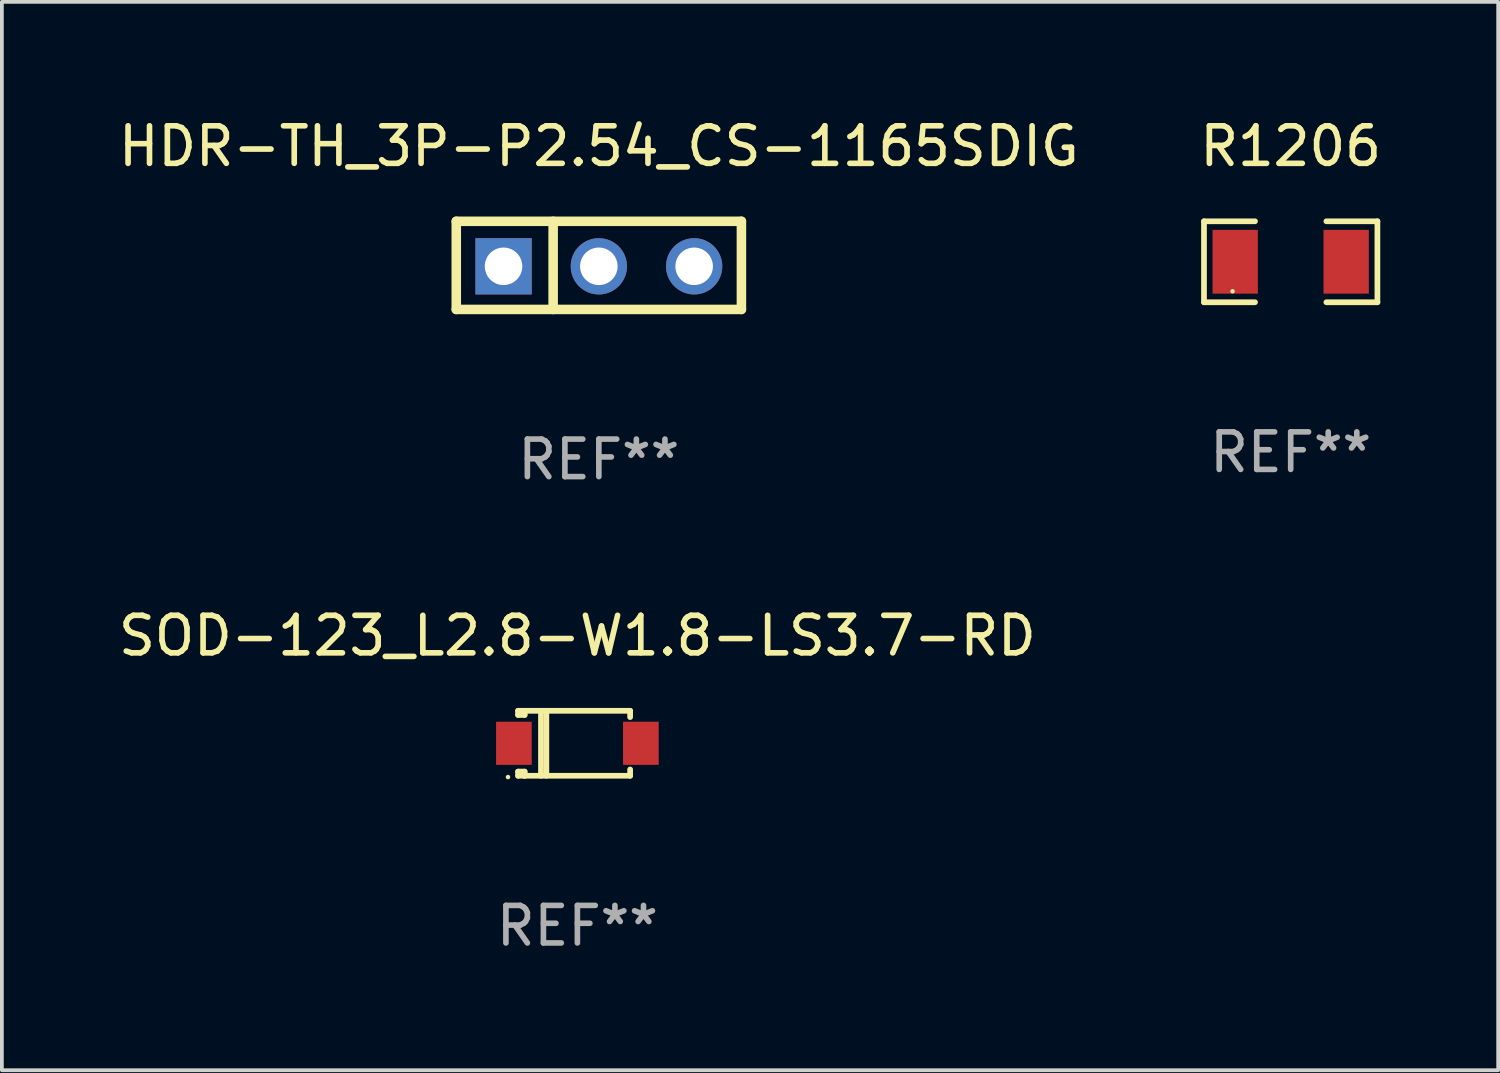
<source format=kicad_pcb>
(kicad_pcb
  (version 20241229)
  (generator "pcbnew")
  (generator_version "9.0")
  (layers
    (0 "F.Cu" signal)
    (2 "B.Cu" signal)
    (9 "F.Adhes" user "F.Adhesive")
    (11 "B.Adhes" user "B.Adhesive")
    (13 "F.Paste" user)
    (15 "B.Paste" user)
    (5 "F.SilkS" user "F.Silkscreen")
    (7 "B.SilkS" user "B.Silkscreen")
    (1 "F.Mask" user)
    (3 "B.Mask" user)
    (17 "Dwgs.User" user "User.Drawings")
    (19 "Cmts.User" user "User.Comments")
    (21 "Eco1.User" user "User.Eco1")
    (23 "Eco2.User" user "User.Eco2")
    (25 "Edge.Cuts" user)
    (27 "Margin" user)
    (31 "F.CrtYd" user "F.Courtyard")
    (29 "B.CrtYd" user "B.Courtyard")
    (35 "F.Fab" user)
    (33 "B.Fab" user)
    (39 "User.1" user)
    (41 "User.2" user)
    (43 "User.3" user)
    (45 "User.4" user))
  (footprint "SOD-123_L2.8-W1.8-LS3.7-RD"
    (layer "F.Cu")
    (at 12.339 16.761)
    (property "Reference" "SOD-123_L2.8-W1.8-LS3.7-RD" (at 0 -2.866 0) (layer "F.SilkS") (effects (font (size 1 1) (thickness 0.15))))
    (attr through_hole)
    (fp_line (start -1.58 -0.866) (end -1.406 -0.866) (stroke (width 0.152) (type solid)) (layer "F.SilkS"))
    (fp_line (start -1.58 -0.755) (end -1.58 -0.866) (stroke (width 0.152) (type solid)) (layer "F.SilkS"))
    (fp_line (start -1.58 -0.755) (end -1.406 -0.755) (stroke (width 0.152) (type solid)) (layer "F.SilkS"))
    (fp_line (start -1.58 0.755) (end -1.406 0.755) (stroke (width 0.152) (type solid)) (layer "F.SilkS"))
    (fp_line (start -1.58 0.866) (end -1.58 0.755) (stroke (width 0.152) (type solid)) (layer "F.SilkS"))
    (fp_line (start -1.406 -0.866) (end -1.406 -0.755) (stroke (width 0.152) (type solid)) (layer "F.SilkS"))
    (fp_line (start -1.406 -0.866) (end 1.406 -0.866) (stroke (width 0.152) (type solid)) (layer "F.SilkS"))
    (fp_line (start -1.406 0.755) (end -1.406 0.866) (stroke (width 0.152) (type solid)) (layer "F.SilkS"))
    (fp_line (start -1.406 0.866) (end -1.58 0.866) (stroke (width 0.152) (type solid)) (layer "F.SilkS"))
    (fp_line (start -1.406 0.866) (end 1.406 0.866) (stroke (width 0.152) (type solid)) (layer "F.SilkS"))
    (fp_line (start -0.97 -0.866) (end -0.97 0.866) (stroke (width 0.152) (type solid)) (layer "F.SilkS"))
    (fp_line (start -0.827 -0.866) (end -0.827 0.866) (stroke (width 0.152) (type solid)) (layer "F.SilkS"))
    (fp_line (start 1.406 -0.866) (end 1.406 -0.698) (stroke (width 0.152) (type solid)) (layer "F.SilkS"))
    (fp_line (start 1.406 0.866) (end 1.406 0.698) (stroke (width 0.152) (type solid)) (layer "F.SilkS"))
    (fp_circle (center -1.85 0.9) (end -1.82 0.9) (stroke (width 0.06) (type solid)) (fill no) (layer "F.SilkS"))
    (fp_text user "REF**" (at 0 4.866 0) (layer "F.Fab") (effects (font (size 1 1) (thickness 0.15))))
    (pad "1" smd rect (at -1.692 0) (size 0.95 1.15) (layers "F.Cu" "F.Mask" "F.Paste"))
    (pad "2" smd rect (at 1.692 0) (size 0.95 1.15) (layers "F.Cu" "F.Mask" "F.Paste")))
  (footprint "HDR-TH_3P-P2.54_CS-1165SDIG"
    (layer "F.Cu")
    (at 12.911 4.048)
    (property "Reference" "HDR-TH_3P-P2.54_CS-1165SDIG" (at 0 -3.2 0) (layer "F.SilkS") (effects (font (size 1 1) (thickness 0.15))))
    (attr through_hole)
    (fp_line (start -3.8 -1.2) (end 3.8 -1.2) (stroke (width 0.254) (type solid)) (layer "F.SilkS"))
    (fp_line (start -3.8 1.15) (end -3.8 -1.2) (stroke (width 0.254) (type solid)) (layer "F.SilkS"))
    (fp_line (start -1.218 -1.2) (end -1.218 1.15) (stroke (width 0.254) (type solid)) (layer "F.SilkS"))
    (fp_line (start 3.8 -1.2) (end 3.8 1.15) (stroke (width 0.254) (type solid)) (layer "F.SilkS"))
    (fp_line (start 3.8 1.15) (end -3.8 1.15) (stroke (width 0.254) (type solid)) (layer "F.SilkS"))
    (fp_circle (center -3.81 1.2) (end -3.78 1.2) (stroke (width 0.06) (type solid)) (fill no) (layer "F.SilkS"))
    (fp_text user "REF**" (at 0 5.15 0) (layer "F.Fab") (effects (font (size 1 1) (thickness 0.15))))
    (pad "1" thru_hole rect (at -2.54 0) (size 1.5 1.5) (drill 1) (layers "*.Cu" "*.Mask"))
    (pad "2" thru_hole circle (at 0 0) (size 1.5 1.5) (drill 1) (layers "*.Cu" "*.Mask"))
    (pad "3" thru_hole circle (at 2.54 0) (size 1.5 1.5) (drill 1) (layers "*.Cu" "*.Mask")))
  (footprint "R1206"
    (layer "F.Cu")
    (at 31.351 3.927)
    (property "Reference" "R1206" (at 0 -3.079 0) (layer "F.SilkS") (effects (font (size 1 1) (thickness 0.15))))
    (attr through_hole)
    (fp_line (start -2.311 -1.079) (end -0.951 -1.079) (stroke (width 0.152) (type solid)) (layer "F.SilkS"))
    (fp_line (start -2.311 1.079) (end -2.311 -1.079) (stroke (width 0.152) (type solid)) (layer "F.SilkS"))
    (fp_line (start -0.951 1.079) (end -2.311 1.079) (stroke (width 0.152) (type solid)) (layer "F.SilkS"))
    (fp_line (start 0.951 1.079) (end 2.311 1.079) (stroke (width 0.152) (type solid)) (layer "F.SilkS"))
    (fp_line (start 2.311 -1.079) (end 0.951 -1.079) (stroke (width 0.152) (type solid)) (layer "F.SilkS"))
    (fp_line (start 2.311 1.079) (end 2.311 -1.079) (stroke (width 0.152) (type solid)) (layer "F.SilkS"))
    (fp_circle (center -1.55 0.787) (end -1.52 0.787) (stroke (width 0.06) (type solid)) (fill no) (layer "F.SilkS"))
    (fp_text user "REF**" (at 0 5.079 0) (layer "F.Fab") (effects (font (size 1 1) (thickness 0.15))))
    (pad "1" smd rect (at -1.479 0) (size 1.208 1.701) (layers "F.Cu" "F.Mask" "F.Paste"))
    (pad "2" smd rect (at 1.479 0) (size 1.208 1.701) (layers "F.Cu" "F.Mask" "F.Paste")))
  (gr_rect
    (start -3 -3)
    (end 36.881 25.475)
    (stroke (width 0.1) (type default))
    (fill no)
    (layer "Edge.Cuts")))
</source>
